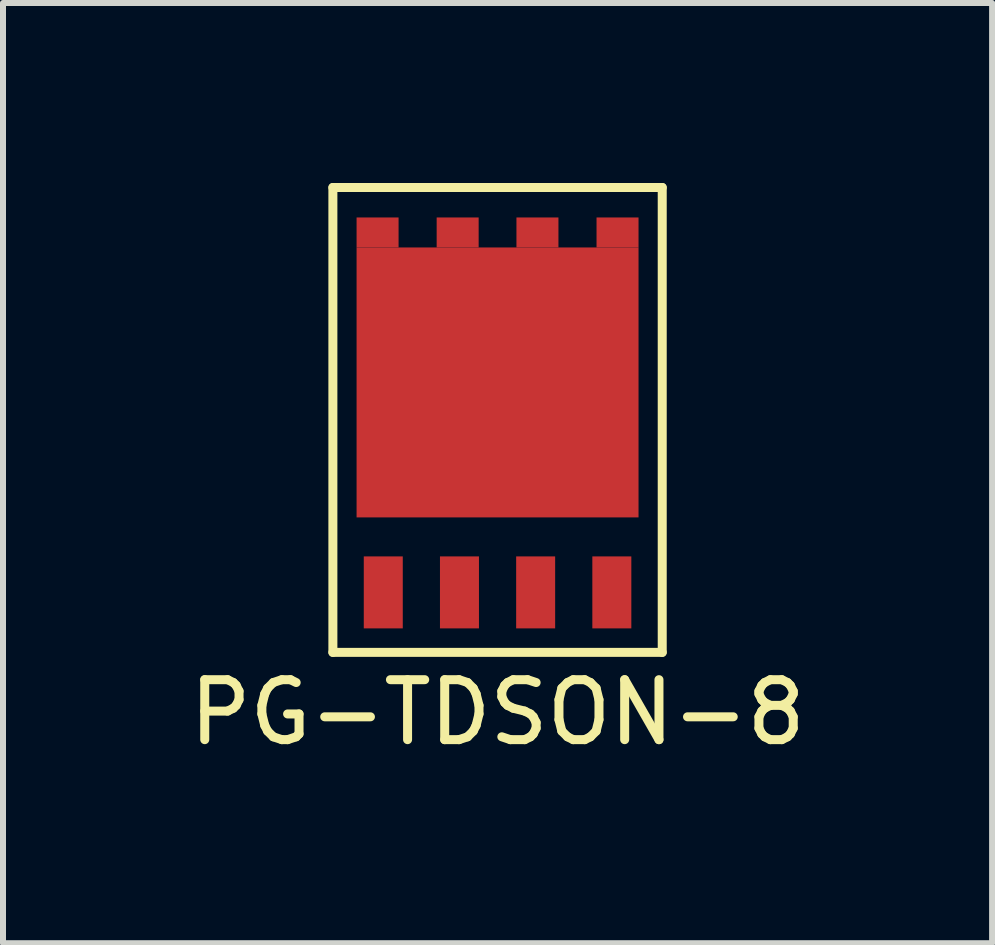
<source format=kicad_pcb>
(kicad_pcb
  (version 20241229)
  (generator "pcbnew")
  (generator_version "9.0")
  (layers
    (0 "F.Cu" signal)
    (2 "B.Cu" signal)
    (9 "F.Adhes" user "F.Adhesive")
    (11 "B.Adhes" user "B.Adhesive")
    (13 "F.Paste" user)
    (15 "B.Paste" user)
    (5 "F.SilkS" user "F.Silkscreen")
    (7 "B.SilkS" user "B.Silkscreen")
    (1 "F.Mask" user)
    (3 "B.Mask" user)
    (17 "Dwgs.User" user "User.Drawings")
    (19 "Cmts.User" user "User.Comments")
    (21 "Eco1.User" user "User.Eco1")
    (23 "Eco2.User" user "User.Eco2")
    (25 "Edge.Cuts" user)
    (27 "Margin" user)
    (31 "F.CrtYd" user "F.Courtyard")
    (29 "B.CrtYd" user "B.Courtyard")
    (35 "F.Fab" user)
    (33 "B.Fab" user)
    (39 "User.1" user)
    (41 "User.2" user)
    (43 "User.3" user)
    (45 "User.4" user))
  (footprint "PG-TDSON-8"
    (layer "F.Cu")
    (at 5.244 3.325)
    (property "Reference" "PG-TDSON-8" (at 0 5.5 0) (layer "F.SilkS") (effects (font (size 1 1) (thickness 0.15))))
    (attr through_hole)
    (fp_line (start -2.745 -3.25) (end -2.745 4.5) (stroke (width 0.15) (type solid)) (layer "F.SilkS"))
    (fp_line (start -2.745 -3.25) (end 2.745 -3.25) (stroke (width 0.15) (type solid)) (layer "F.SilkS"))
    (fp_line (start -2.745 4.5) (end 2.745 4.5) (stroke (width 0.15) (type solid)) (layer "F.SilkS"))
    (fp_line (start 2.745 -3.25) (end 2.745 4.5) (stroke (width 0.15) (type solid)) (layer "F.SilkS"))
    (pad "1" smd rect (at -1.905 3.5) (size 0.65 1.2) (layers "F.Cu" "F.Mask" "F.Paste"))
    (pad "1" smd rect (at -0.635 3.5) (size 0.65 1.2) (layers "F.Cu" "F.Mask" "F.Paste"))
    (pad "1" smd rect (at 0.635 3.5) (size 0.65 1.2) (layers "F.Cu" "F.Mask" "F.Paste"))
    (pad "2" smd rect (at 1.905 3.5) (size 0.65 1.2) (layers "F.Cu" "F.Mask" "F.Paste"))
    (pad "3" smd rect (at -2 -2.5) (size 0.7 0.5) (layers "F.Cu" "F.Mask" "F.Paste"))
    (pad "3" smd rect (at -0.665 -2.5) (size 0.7 0.5) (layers "F.Cu" "F.Mask" "F.Paste"))
    (pad "3" smd rect (at 0 0) (size 4.7 4.5) (layers "F.Cu" "F.Mask" "F.Paste"))
    (pad "3" smd rect (at 0.665 -2.5) (size 0.7 0.5) (layers "F.Cu" "F.Mask" "F.Paste"))
    (pad "3" smd rect (at 2 -2.5) (size 0.7 0.5) (layers "F.Cu" "F.Mask" "F.Paste")))
  (gr_rect
    (start -3 -3)
    (end 13.488 12.673)
    (stroke (width 0.1) (type default))
    (fill no)
    (layer "Edge.Cuts")))
</source>
